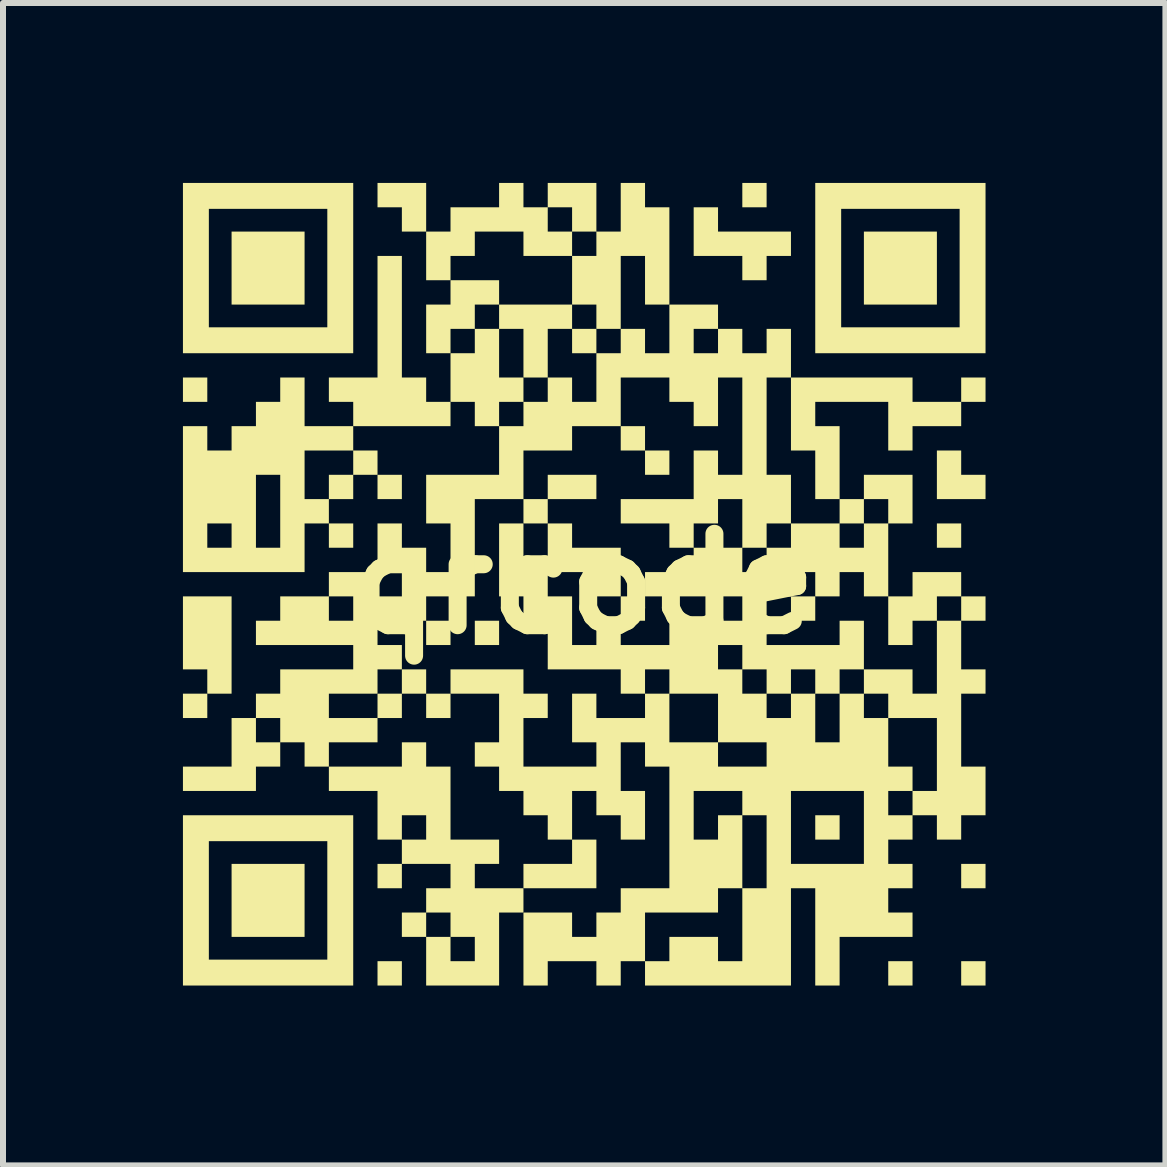
<source format=kicad_pcb>
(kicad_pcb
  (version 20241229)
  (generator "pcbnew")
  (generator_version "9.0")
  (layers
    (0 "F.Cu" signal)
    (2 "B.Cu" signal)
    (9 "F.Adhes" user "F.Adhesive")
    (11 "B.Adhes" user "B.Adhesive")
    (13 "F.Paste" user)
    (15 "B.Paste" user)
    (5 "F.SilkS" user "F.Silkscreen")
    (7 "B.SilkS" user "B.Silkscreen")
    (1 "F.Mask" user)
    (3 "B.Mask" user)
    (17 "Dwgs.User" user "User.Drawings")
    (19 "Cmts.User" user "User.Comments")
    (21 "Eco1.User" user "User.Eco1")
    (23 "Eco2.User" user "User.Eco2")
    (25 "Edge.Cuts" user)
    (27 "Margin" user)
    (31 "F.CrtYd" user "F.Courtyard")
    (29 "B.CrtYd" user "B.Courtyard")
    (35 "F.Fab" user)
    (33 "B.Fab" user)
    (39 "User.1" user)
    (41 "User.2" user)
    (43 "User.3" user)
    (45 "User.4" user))
  (footprint "qrcode"
    (layer "F.Cu")
    (at 6.684 6.684)
    (property "Reference" "qrcode" (at 0 0 0) (layer "F.SilkS") (effects (font (size 1.524 1.524) (thickness 0.3))))
    (attr board_only exclude_from_pos_files exclude_from_bom)
    (fp_poly (pts (xy -6.278 -3.034) (xy -6.684 -3.034) (xy -6.684 -3.44) (xy -6.278 -3.44)) (stroke (width 0) (type solid)) (fill yes) (layer "F.SilkS"))
    (fp_poly (pts (xy -6.278 2.237) (xy -6.684 2.237) (xy -6.684 1.831) (xy -6.278 1.831)) (stroke (width 0) (type solid)) (fill yes) (layer "F.SilkS"))
    (fp_poly (pts (xy -4.656 -4.656) (xy -5.873 -4.656) (xy -5.873 -5.873) (xy -4.656 -5.873)) (stroke (width 0) (type solid)) (fill yes) (layer "F.SilkS"))
    (fp_poly (pts (xy -4.656 5.886) (xy -5.873 5.886) (xy -5.873 4.669) (xy -4.656 4.669)) (stroke (width 0) (type solid)) (fill yes) (layer "F.SilkS"))
    (fp_poly (pts (xy -3.845 -0.602) (xy -4.251 -0.602) (xy -4.251 -1.007) (xy -3.845 -1.007)) (stroke (width 0) (type solid)) (fill yes) (layer "F.SilkS"))
    (fp_poly (pts (xy -3.034 -1.413) (xy -3.44 -1.413) (xy -3.44 -1.818) (xy -3.034 -1.818)) (stroke (width 0) (type solid)) (fill yes) (layer "F.SilkS"))
    (fp_poly (pts (xy -3.034 2.237) (xy -3.44 2.237) (xy -3.44 1.831) (xy -3.034 1.831)) (stroke (width 0) (type solid)) (fill yes) (layer "F.SilkS"))
    (fp_poly (pts (xy -3.034 5.075) (xy -3.44 5.075) (xy -3.44 4.669) (xy -3.034 4.669)) (stroke (width 0) (type solid)) (fill yes) (layer "F.SilkS"))
    (fp_poly (pts (xy -3.034 6.697) (xy -3.44 6.697) (xy -3.44 6.291) (xy -3.034 6.291)) (stroke (width 0) (type solid)) (fill yes) (layer "F.SilkS"))
    (fp_poly (pts (xy -2.629 1.831) (xy -3.034 1.831) (xy -3.034 1.426) (xy -2.629 1.426)) (stroke (width 0) (type solid)) (fill yes) (layer "F.SilkS"))
    (fp_poly (pts (xy -2.223 1.02) (xy -2.629 1.02) (xy -2.629 0.615) (xy -2.223 0.615)) (stroke (width 0) (type solid)) (fill yes) (layer "F.SilkS"))
    (fp_poly (pts (xy -2.223 2.237) (xy -2.629 2.237) (xy -2.629 1.831) (xy -2.223 1.831)) (stroke (width 0) (type solid)) (fill yes) (layer "F.SilkS"))
    (fp_poly (pts (xy -1.413 1.02) (xy -1.818 1.02) (xy -1.818 0.615) (xy -1.413 0.615)) (stroke (width 0) (type solid)) (fill yes) (layer "F.SilkS"))
    (fp_poly (pts (xy -0.602 -1.007) (xy -1.007 -1.007) (xy -1.007 -1.413) (xy -0.602 -1.413)) (stroke (width 0) (type solid)) (fill yes) (layer "F.SilkS"))
    (fp_poly (pts (xy 0.209 -3.845) (xy -0.196 -3.845) (xy -0.196 -4.251) (xy 0.209 -4.251)) (stroke (width 0) (type solid)) (fill yes) (layer "F.SilkS"))
    (fp_poly (pts (xy 0.209 -1.413) (xy -0.602 -1.413) (xy -0.602 -1.818) (xy 0.209 -1.818)) (stroke (width 0) (type solid)) (fill yes) (layer "F.SilkS"))
    (fp_poly (pts (xy 1.02 -2.223) (xy 0.615 -2.223) (xy 0.615 -2.629) (xy 1.02 -2.629)) (stroke (width 0) (type solid)) (fill yes) (layer "F.SilkS"))
    (fp_poly (pts (xy 1.02 0.615) (xy 0.615 0.615) (xy 0.615 0.209) (xy 1.02 0.209)) (stroke (width 0) (type solid)) (fill yes) (layer "F.SilkS"))
    (fp_poly (pts (xy 1.426 -1.818) (xy 1.02 -1.818) (xy 1.02 -2.223) (xy 1.426 -2.223)) (stroke (width 0) (type solid)) (fill yes) (layer "F.SilkS"))
    (fp_poly (pts (xy 3.047 -6.278) (xy 2.642 -6.278) (xy 2.642 -6.684) (xy 3.047 -6.684)) (stroke (width 0) (type solid)) (fill yes) (layer "F.SilkS"))
    (fp_poly (pts (xy 3.858 0.615) (xy 3.453 0.615) (xy 3.453 0.209) (xy 3.858 0.209)) (stroke (width 0) (type solid)) (fill yes) (layer "F.SilkS"))
    (fp_poly (pts (xy 4.264 4.264) (xy 3.858 4.264) (xy 3.858 3.858) (xy 4.264 3.858)) (stroke (width 0) (type solid)) (fill yes) (layer "F.SilkS"))
    (fp_poly (pts (xy 5.48 6.697) (xy 5.075 6.697) (xy 5.075 6.291) (xy 5.48 6.291)) (stroke (width 0) (type solid)) (fill yes) (layer "F.SilkS"))
    (fp_poly (pts (xy 5.886 -4.656) (xy 4.669 -4.656) (xy 4.669 -5.873) (xy 5.886 -5.873)) (stroke (width 0) (type solid)) (fill yes) (layer "F.SilkS"))
    (fp_poly (pts (xy 6.291 -0.602) (xy 5.886 -0.602) (xy 5.886 -1.007) (xy 6.291 -1.007)) (stroke (width 0) (type solid)) (fill yes) (layer "F.SilkS"))
    (fp_poly (pts (xy 6.697 -3.034) (xy 6.291 -3.034) (xy 6.291 -3.44) (xy 6.697 -3.44)) (stroke (width 0) (type solid)) (fill yes) (layer "F.SilkS"))
    (fp_poly (pts (xy 6.697 0.615) (xy 6.291 0.615) (xy 6.291 0.209) (xy 6.697 0.209)) (stroke (width 0) (type solid)) (fill yes) (layer "F.SilkS"))
    (fp_poly (pts (xy 6.697 5.075) (xy 6.291 5.075) (xy 6.291 4.669) (xy 6.697 4.669)) (stroke (width 0) (type solid)) (fill yes) (layer "F.SilkS"))
    (fp_poly (pts (xy 6.697 6.697) (xy 6.291 6.697) (xy 6.291 6.291) (xy 6.697 6.291)) (stroke (width 0) (type solid)) (fill yes) (layer "F.SilkS"))
    (fp_poly (pts (xy -5.873 1.831) (xy -6.278 1.831) (xy -6.278 1.426) (xy -6.684 1.426) (xy -6.684 0.209) (xy -5.873 0.209)) (stroke (width 0) (type solid)) (fill yes) (layer "F.SilkS"))
    (fp_poly (pts (xy -2.629 -5.873) (xy -3.034 -5.873) (xy -3.034 -6.278) (xy -3.44 -6.278) (xy -3.44 -6.684) (xy -2.629 -6.684)) (stroke (width 0) (type solid)) (fill yes) (layer "F.SilkS"))
    (fp_poly (pts (xy 0.209 5.075) (xy -1.007 5.075) (xy -1.007 4.669) (xy -0.196 4.669) (xy -0.196 4.264) (xy 0.209 4.264)) (stroke (width 0) (type solid)) (fill yes) (layer "F.SilkS"))
    (fp_poly (pts (xy 6.291 -1.818) (xy 6.697 -1.818) (xy 6.697 -1.413) (xy 5.886 -1.413) (xy 5.886 -2.223) (xy 6.291 -2.223)) (stroke (width 0) (type solid)) (fill yes) (layer "F.SilkS"))
    (fp_poly (pts (xy -0.196 -4.251) (xy -0.602 -4.251) (xy -0.602 -3.44) (xy -1.007 -3.44) (xy -1.007 -4.251) (xy -1.413 -4.251) (xy -1.413 -4.656) (xy -0.196 -4.656)) (stroke (width 0) (type solid)) (fill yes) (layer "F.SilkS"))
    (fp_poly (pts (xy -0.196 -0.602) (xy 0.615 -0.602) (xy 0.615 0.209) (xy 0.209 0.209) (xy 0.209 -0.196) (xy -0.602 -0.196) (xy -0.602 -1.007) (xy -0.196 -1.007)) (stroke (width 0) (type solid)) (fill yes) (layer "F.SilkS"))
    (fp_poly (pts (xy 2.237 -5.873) (xy 3.453 -5.873) (xy 3.453 -5.467) (xy 3.047 -5.467) (xy 3.047 -5.062) (xy 2.642 -5.062) (xy 2.642 -5.467) (xy 1.831 -5.467) (xy 1.831 -6.278) (xy 2.237 -6.278)) (stroke (width 0) (type solid)) (fill yes) (layer "F.SilkS"))
    (fp_poly (pts (xy -3.845 -3.845) (xy -6.684 -3.845) (xy -6.684 -4.277) (xy -6.252 -4.277) (xy -4.277 -4.277) (xy -4.277 -6.252) (xy -6.252 -6.252) (xy -6.252 -4.277) (xy -6.684 -4.277) (xy -6.684 -6.684) (xy -3.845 -6.684)) (stroke (width 0) (type solid)) (fill yes) (layer "F.SilkS"))
    (fp_poly (pts (xy -3.845 6.697) (xy -6.684 6.697) (xy -6.684 6.265) (xy -6.252 6.265) (xy -4.277 6.265) (xy -4.277 4.29) (xy -6.252 4.29) (xy -6.252 6.265) (xy -6.684 6.265) (xy -6.684 3.858) (xy -3.845 3.858)) (stroke (width 0) (type solid)) (fill yes) (layer "F.SilkS"))
    (fp_poly (pts (xy 6.697 -3.845) (xy 3.858 -3.845) (xy 3.858 -4.277) (xy 4.29 -4.277) (xy 6.265 -4.277) (xy 6.265 -6.252) (xy 4.29 -6.252) (xy 4.29 -4.277) (xy 3.858 -4.277) (xy 3.858 -6.684) (xy 6.697 -6.684)) (stroke (width 0) (type solid)) (fill yes) (layer "F.SilkS"))
    (fp_poly (pts (xy -3.034 -3.44) (xy -2.629 -3.44) (xy -2.629 -3.034) (xy -2.223 -3.034) (xy -2.223 -2.629) (xy -3.845 -2.629) (xy -3.845 -3.034) (xy -4.251 -3.034) (xy -4.251 -3.44) (xy -3.44 -3.44) (xy -3.44 -5.467) (xy -3.034 -5.467)) (stroke (width 0) (type solid)) (fill yes) (layer "F.SilkS"))
    (fp_poly (pts (xy 5.48 -3.034) (xy 6.291 -3.034) (xy 6.291 -2.629) (xy 5.48 -2.629) (xy 5.48 -2.223) (xy 5.075 -2.223) (xy 5.075 -3.034) (xy 3.858 -3.034) (xy 3.858 -2.629) (xy 4.264 -2.629) (xy 4.264 -1.413) (xy 3.858 -1.413) (xy 3.858 -2.223) (xy 3.453 -2.223) (xy 3.453 -3.44) (xy 5.48 -3.44)) (stroke (width 0) (type solid)) (fill yes) (layer "F.SilkS"))
    (fp_poly (pts (xy -3.034 4.264) (xy -2.629 4.264) (xy -2.629 3.858) (xy -3.034 3.858) (xy -3.034 4.264) (xy -3.44 4.264) (xy -3.44 3.453) (xy -4.251 3.453) (xy -4.251 3.047) (xy -3.034 3.047) (xy -3.034 2.642) (xy -2.629 2.642) (xy -2.629 3.047) (xy -2.223 3.047) (xy -2.223 4.264) (xy -1.413 4.264) (xy -1.413 4.669) (xy -1.818 4.669) (xy -1.818 5.075) (xy -1.007 5.075) (xy -1.007 5.48) (xy -1.413 5.48) (xy -1.413 6.697) (xy -2.629 6.697) (xy -2.629 6.291) (xy -2.223 6.291) (xy -1.818 6.291) (xy -1.818 5.886) (xy -2.223 5.886) (xy -2.223 6.291) (xy -2.629 6.291) (xy -2.629 5.886) (xy -2.223 5.886) (xy -2.223 5.48) (xy -2.629 5.48) (xy -2.629 5.886) (xy -3.034 5.886) (xy -3.034 5.48) (xy -2.629 5.48) (xy -2.629 5.075) (xy -2.223 5.075) (xy -2.223 4.669) (xy -3.034 4.669)) (stroke (width 0) (type solid)) (fill yes) (layer "F.SilkS"))
    (fp_poly (pts (xy -3.44 -2.223) (xy -3.44 -1.818) (xy -3.845 -1.818) (xy -3.845 -1.413) (xy -4.251 -1.413) (xy -4.251 -1.007) (xy -4.656 -1.007) (xy -4.656 -0.196) (xy -6.684 -0.196) (xy -6.684 -0.602) (xy -6.278 -0.602) (xy -5.873 -0.602) (xy -5.467 -0.602) (xy -5.062 -0.602) (xy -5.062 -1.413) (xy -4.656 -1.413) (xy -4.251 -1.413) (xy -4.251 -1.818) (xy -3.845 -1.818) (xy -3.845 -2.223) (xy -4.656 -2.223) (xy -4.656 -1.413) (xy -5.062 -1.413) (xy -5.062 -1.818) (xy -5.467 -1.818) (xy -5.467 -0.602) (xy -5.873 -0.602) (xy -5.873 -1.007) (xy -6.278 -1.007) (xy -6.278 -0.602) (xy -6.684 -0.602) (xy -6.684 -2.629) (xy -6.278 -2.629) (xy -6.278 -2.223) (xy -5.873 -2.223) (xy -5.873 -2.629) (xy -5.467 -2.629) (xy -5.467 -3.034) (xy -5.062 -3.034) (xy -5.062 -3.44) (xy -4.656 -3.44) (xy -4.656 -2.629) (xy -3.845 -2.629) (xy -3.845 -2.223)) (stroke (width 0) (type solid)) (fill yes) (layer "F.SilkS"))
    (fp_poly (pts (xy 6.291 0.615) (xy 6.291 1.426) (xy 6.697 1.426) (xy 6.697 1.831) (xy 6.291 1.831) (xy 6.291 3.047) (xy 6.697 3.047) (xy 6.697 3.858) (xy 6.291 3.858) (xy 6.291 4.264) (xy 5.886 4.264) (xy 5.886 3.858) (xy 5.48 3.858) (xy 5.48 4.264) (xy 5.075 4.264) (xy 5.075 4.669) (xy 5.48 4.669) (xy 5.48 5.075) (xy 5.075 5.075) (xy 5.075 5.48) (xy 5.48 5.48) (xy 5.48 5.886) (xy 4.264 5.886) (xy 4.264 6.697) (xy 3.858 6.697) (xy 3.858 5.075) (xy 3.453 5.075) (xy 3.453 6.697) (xy 1.02 6.697) (xy 1.02 6.291) (xy 1.426 6.291) (xy 1.426 5.886) (xy 2.237 5.886) (xy 2.237 6.291) (xy 2.642 6.291) (xy 2.642 5.075) (xy 3.047 5.075) (xy 3.047 4.669) (xy 3.453 4.669) (xy 4.669 4.669) (xy 4.669 3.858) (xy 5.075 3.858) (xy 5.48 3.858) (xy 5.48 3.453) (xy 5.075 3.453) (xy 5.075 3.858) (xy 4.669 3.858) (xy 4.669 3.453) (xy 3.453 3.453) (xy 3.453 4.669) (xy 3.047 4.669) (xy 3.047 3.858) (xy 2.642 3.858) (xy 2.642 5.075) (xy 2.237 5.075) (xy 2.237 5.48) (xy 1.02 5.48) (xy 1.02 6.291) (xy 0.615 6.291) (xy 0.615 6.697) (xy 0.209 6.697) (xy 0.209 6.291) (xy -0.602 6.291) (xy -0.602 6.697) (xy -1.007 6.697) (xy -1.007 5.48) (xy -0.196 5.48) (xy -0.196 5.886) (xy 0.209 5.886) (xy 0.209 5.48) (xy 0.615 5.48) (xy 0.615 5.075) (xy 1.426 5.075) (xy 1.426 4.264) (xy 1.831 4.264) (xy 2.237 4.264) (xy 2.237 3.858) (xy 2.642 3.858) (xy 2.642 3.453) (xy 1.831 3.453) (xy 1.831 4.264) (xy 1.426 4.264) (xy 1.426 3.047) (xy 2.237 3.047) (xy 3.047 3.047) (xy 5.075 3.047) (xy 5.48 3.047) (xy 5.48 3.453) (xy 5.886 3.453) (xy 5.886 2.237) (xy 5.075 2.237) (xy 5.075 3.047) (xy 3.047 3.047) (xy 3.047 2.642) (xy 3.858 2.642) (xy 4.264 2.642) (xy 4.264 2.237) (xy 4.669 2.237) (xy 5.075 2.237) (xy 5.075 1.831) (xy 4.669 1.831) (xy 4.669 2.237) (xy 4.264 2.237) (xy 4.264 1.831) (xy 4.669 1.831) (xy 4.669 1.426) (xy 4.264 1.426) (xy 4.264 1.831) (xy 3.858 1.831) (xy 3.858 2.642) (xy 3.047 2.642) (xy 2.237 2.642) (xy 2.237 3.047) (xy 1.426 3.047) (xy 1.02 3.047) (xy 1.02 2.642) (xy 1.426 2.642) (xy 2.237 2.642) (xy 2.237 2.237) (xy 3.047 2.237) (xy 3.453 2.237) (xy 3.453 1.831) (xy 3.858 1.831) (xy 3.858 1.426) (xy 3.453 1.426) (xy 3.453 1.831) (xy 3.047 1.831) (xy 3.047 2.237) (xy 2.237 2.237) (xy 2.237 1.831) (xy 2.642 1.831) (xy 3.047 1.831) (xy 3.047 1.426) (xy 2.642 1.426) (xy 2.642 1.831) (xy 2.237 1.831) (xy 1.426 1.831) (xy 1.426 2.642) (xy 1.02 2.642) (xy 0.615 2.642) (xy 0.615 3.453) (xy 1.02 3.453) (xy 1.02 4.264) (xy 0.615 4.264) (xy 0.615 3.858) (xy 0.209 3.858) (xy 0.209 3.453) (xy -0.196 3.453) (xy -0.196 4.264) (xy -0.602 4.264) (xy -0.602 3.858) (xy -1.007 3.858) (xy -1.007 3.453) (xy -1.413 3.453) (xy -1.413 3.047) (xy -1.818 3.047) (xy -1.818 2.642) (xy -1.413 2.642) (xy -1.413 1.831) (xy -2.223 1.831) (xy -2.223 1.426) (xy -1.007 1.426) (xy -1.007 1.831) (xy -0.602 1.831) (xy -0.602 2.237) (xy -1.007 2.237) (xy -1.007 3.047) (xy 0.209 3.047) (xy 0.209 2.642) (xy -0.196 2.642) (xy -0.196 1.831) (xy 0.209 1.831) (xy 0.209 2.237) (xy 1.02 2.237) (xy 1.02 1.831) (xy 1.426 1.831) (xy 1.426 1.426) (xy 2.237 1.426) (xy 2.642 1.426) (xy 2.642 1.02) (xy 3.047 1.02) (xy 4.264 1.02) (xy 4.264 0.615) (xy 4.669 0.615) (xy 4.669 1.426) (xy 5.48 1.426) (xy 5.48 1.831) (xy 5.886 1.831) (xy 5.886 0.615) (xy 5.48 0.615) (xy 5.48 1.02) (xy 5.075 1.02) (xy 5.075 0.209) (xy 4.669 0.209) (xy 4.669 -0.196) (xy 4.264 -0.196) (xy 4.264 0.209) (xy 3.858 0.209) (xy 3.858 -0.196) (xy 3.453 -0.196) (xy 3.453 0.209) (xy 3.047 0.209) (xy 3.047 1.02) (xy 2.642 1.02) (xy 2.237 1.02) (xy 2.237 1.426) (xy 1.426 1.426) (xy 1.02 1.426) (xy 1.02 1.831) (xy 0.615 1.831) (xy 0.615 1.426) (xy -0.602 1.426) (xy -0.602 0.615) (xy -1.007 0.615) (xy -1.007 0.209) (xy -1.413 0.209) (xy -1.413 -1.007) (xy -1.007 -1.007) (xy -1.007 -0.196) (xy -0.602 -0.196) (xy -0.602 0.209) (xy -0.196 0.209) (xy -0.196 1.02) (xy 0.209 1.02) (xy 0.209 0.615) (xy 0.615 0.615) (xy 0.615 1.02) (xy 1.426 1.02) (xy 1.426 0.615) (xy 2.642 0.615) (xy 2.642 0.209) (xy 1.02 0.209) (xy 1.02 -0.196) (xy 1.831 -0.196) (xy 2.642 -0.196) (xy 3.047 -0.196) (xy 3.047 -0.602) (xy 3.453 -0.602) (xy 4.264 -0.602) (xy 4.669 -0.602) (xy 4.669 -1.007) (xy 5.075 -1.007) (xy 5.075 -1.413) (xy 4.669 -1.413) (xy 4.669 -1.007) (xy 4.264 -1.007) (xy 4.264 -0.602) (xy 3.453 -0.602) (xy 3.453 -1.007) (xy 3.047 -1.007) (xy 3.047 -0.602) (xy 2.642 -0.602) (xy 2.642 -0.196) (xy 1.831 -0.196) (xy 1.831 -0.602) (xy 2.642 -0.602) (xy 2.642 -1.413) (xy 2.237 -1.413) (xy 2.237 -1.007) (xy 1.831 -1.007) (xy 1.831 -0.602) (xy 1.426 -0.602) (xy 1.426 -1.007) (xy 0.615 -1.007) (xy 0.615 -1.413) (xy 1.831 -1.413) (xy 1.831 -2.223) (xy 2.237 -2.223) (xy 2.237 -1.818) (xy 2.642 -1.818) (xy 2.642 -3.44) (xy 2.237 -3.44) (xy 2.237 -2.629) (xy 1.831 -2.629) (xy 1.831 -3.034) (xy 1.426 -3.034) (xy 1.426 -3.44) (xy 0.615 -3.44) (xy 0.615 -2.629) (xy -0.196 -2.629) (xy -0.196 -2.223) (xy -1.007 -2.223) (xy -1.007 -1.413) (xy -1.818 -1.413) (xy -1.818 0.209) (xy -2.629 0.209) (xy -2.629 0.615) (xy -3.44 0.615) (xy -3.44 1.02) (xy -3.034 1.02) (xy -3.034 1.426) (xy -3.44 1.426) (xy -3.44 1.831) (xy -4.251 1.831) (xy -4.251 2.237) (xy -3.44 2.237) (xy -3.44 2.642) (xy -4.251 2.642) (xy -4.251 3.047) (xy -4.656 3.047) (xy -4.656 2.642) (xy -5.062 2.642) (xy -5.062 3.047) (xy -5.467 3.047) (xy -5.467 3.453) (xy -6.684 3.453) (xy -6.684 3.047) (xy -5.873 3.047) (xy -5.873 2.642) (xy -5.467 2.642) (xy -5.062 2.642) (xy -5.062 2.237) (xy -5.467 2.237) (xy -5.467 2.642) (xy -5.873 2.642) (xy -5.873 2.237) (xy -5.467 2.237) (xy -5.467 1.831) (xy -5.062 1.831) (xy -5.062 1.426) (xy -3.845 1.426) (xy -3.845 1.02) (xy -5.467 1.02) (xy -5.467 0.615) (xy -5.062 0.615) (xy -4.251 0.615) (xy -3.845 0.615) (xy -3.845 0.209) (xy -3.44 0.209) (xy -3.034 0.209) (xy -3.034 -0.196) (xy -3.44 -0.196) (xy -3.44 0.209) (xy -3.845 0.209) (xy -4.251 0.209) (xy -4.251 0.615) (xy -5.062 0.615) (xy -5.062 0.209) (xy -4.251 0.209) (xy -4.251 -0.196) (xy -3.44 -0.196) (xy -3.44 -1.007) (xy -3.034 -1.007) (xy -3.034 -0.602) (xy -2.629 -0.602) (xy -2.629 -0.196) (xy -2.223 -0.196) (xy -2.223 -1.007) (xy -2.629 -1.007) (xy -2.629 -1.818) (xy -1.413 -1.818) (xy -1.413 -2.629) (xy -1.007 -2.629) (xy -1.007 -3.034) (xy -1.413 -3.034) (xy -1.413 -2.629) (xy -1.818 -2.629) (xy -1.818 -3.034) (xy -2.223 -3.034) (xy -2.223 -3.845) (xy -1.818 -3.845) (xy -1.818 -4.251) (xy -2.223 -4.251) (xy -2.223 -3.845) (xy -2.629 -3.845) (xy -2.629 -4.656) (xy -2.223 -4.656) (xy -2.223 -5.062) (xy -1.413 -5.062) (xy -1.413 -4.656) (xy -1.818 -4.656) (xy -1.818 -4.251) (xy -1.413 -4.251) (xy -1.413 -3.44) (xy -1.007 -3.44) (xy -1.007 -3.034) (xy -0.602 -3.034) (xy -0.602 -3.44) (xy -0.196 -3.44) (xy -0.196 -3.034) (xy 0.209 -3.034) (xy 0.209 -3.845) (xy 0.615 -3.845) (xy 0.615 -4.251) (xy 1.02 -4.251) (xy 1.02 -3.845) (xy 1.426 -3.845) (xy 1.831 -3.845) (xy 2.237 -3.845) (xy 2.237 -4.251) (xy 1.831 -4.251) (xy 1.831 -3.845) (xy 1.426 -3.845) (xy 1.426 -4.656) (xy 1.02 -4.656) (xy 1.02 -5.467) (xy 0.615 -5.467) (xy 0.615 -4.251) (xy 0.209 -4.251) (xy 0.209 -4.656) (xy -0.196 -4.656) (xy -0.196 -5.467) (xy 0.209 -5.467) (xy 0.209 -5.873) (xy -0.196 -5.873) (xy -0.196 -5.467) (xy -1.007 -5.467) (xy -1.007 -5.873) (xy -0.602 -5.873) (xy -0.196 -5.873) (xy -0.196 -6.278) (xy -0.602 -6.278) (xy -0.602 -5.873) (xy -1.007 -5.873) (xy -1.818 -5.873) (xy -1.818 -5.467) (xy -2.223 -5.467) (xy -2.223 -5.062) (xy -2.629 -5.062) (xy -2.629 -5.873) (xy -2.223 -5.873) (xy -2.223 -6.278) (xy -1.413 -6.278) (xy -1.413 -6.684) (xy -1.007 -6.684) (xy -1.007 -6.278) (xy -0.602 -6.278) (xy -0.602 -6.684) (xy 0.209 -6.684) (xy 0.209 -5.873) (xy 0.615 -5.873) (xy 0.615 -6.684) (xy 1.02 -6.684) (xy 1.02 -6.278) (xy 1.426 -6.278) (xy 1.426 -4.656) (xy 2.237 -4.656) (xy 2.237 -4.251) (xy 2.642 -4.251) (xy 2.642 -3.845) (xy 3.047 -3.845) (xy 3.047 -4.251) (xy 3.453 -4.251) (xy 3.453 -3.44) (xy 3.047 -3.44) (xy 3.047 -1.818) (xy 3.453 -1.818) (xy 3.453 -1.007) (xy 4.264 -1.007) (xy 4.264 -1.413) (xy 4.669 -1.413) (xy 4.669 -1.818) (xy 5.48 -1.818) (xy 5.48 -1.007) (xy 5.075 -1.007) (xy 5.075 0.209) (xy 5.48 0.209) (xy 5.48 -0.196) (xy 6.291 -0.196) (xy 6.291 0.209) (xy 5.886 0.209) (xy 5.886 0.615)) (stroke (width 0) (type solid)) (fill yes) (layer "F.SilkS")))
  (gr_rect
    (start -3 -3)
    (end 16.38 16.38)
    (stroke (width 0.1) (type default))
    (fill no)
    (layer "Edge.Cuts")))
</source>
